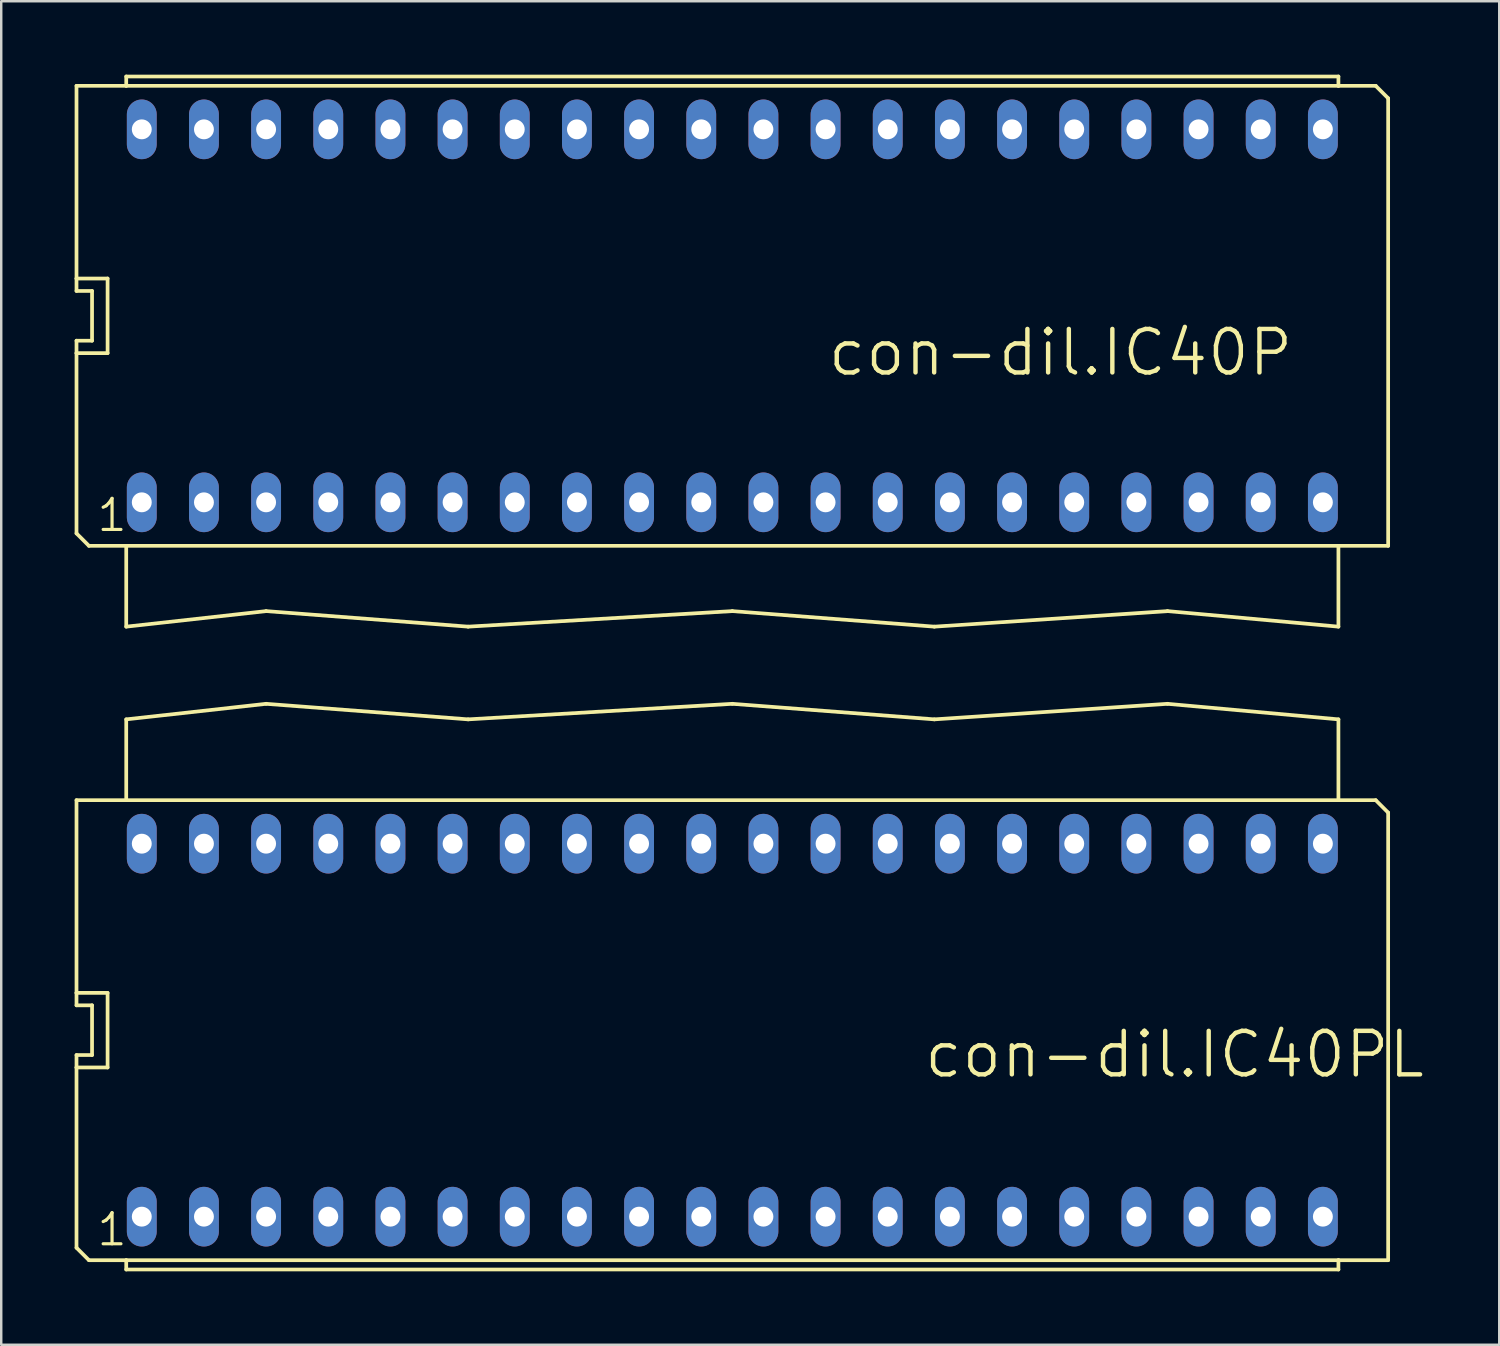
<source format=kicad_pcb>
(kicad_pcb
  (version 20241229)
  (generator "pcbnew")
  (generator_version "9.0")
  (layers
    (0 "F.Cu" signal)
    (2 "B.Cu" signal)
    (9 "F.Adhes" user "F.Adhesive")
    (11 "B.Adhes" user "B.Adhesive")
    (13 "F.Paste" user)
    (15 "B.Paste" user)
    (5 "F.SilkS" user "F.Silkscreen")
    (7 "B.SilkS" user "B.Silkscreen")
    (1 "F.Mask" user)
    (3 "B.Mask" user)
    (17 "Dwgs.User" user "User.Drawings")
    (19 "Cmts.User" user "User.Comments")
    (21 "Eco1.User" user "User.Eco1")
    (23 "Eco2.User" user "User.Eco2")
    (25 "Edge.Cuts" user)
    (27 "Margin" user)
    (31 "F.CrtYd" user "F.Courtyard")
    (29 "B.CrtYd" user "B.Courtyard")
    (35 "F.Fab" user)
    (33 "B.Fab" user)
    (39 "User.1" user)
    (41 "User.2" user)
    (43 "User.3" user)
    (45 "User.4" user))
  (footprint "con-dil.IC40P"
    (layer "F.Cu")
    (at 26.873 9.855)
    (property "Reference" "con-dil.IC40P" (at 3.81 2.54 180) (layer "F.SilkS") (effects (font (size 1.778 1.778) (thickness 0.18)) (justify left bottom)))
    (attr through_hole)
    (fp_line (start -26.797 -1.524) (end -26.797 -9.398) (stroke (width 0.152) (type default)) (layer "F.SilkS"))
    (fp_line (start -26.797 -1.016) (end -26.797 -1.524) (stroke (width 0.152) (type default)) (layer "F.SilkS"))
    (fp_line (start -26.797 1.016) (end -26.162 1.016) (stroke (width 0.152) (type default)) (layer "F.SilkS"))
    (fp_line (start -26.797 1.524) (end -26.797 1.016) (stroke (width 0.152) (type default)) (layer "F.SilkS"))
    (fp_line (start -26.797 1.524) (end -25.527 1.524) (stroke (width 0.152) (type default)) (layer "F.SilkS"))
    (fp_line (start -26.797 8.89) (end -26.797 1.524) (stroke (width 0.152) (type default)) (layer "F.SilkS"))
    (fp_line (start -26.289 9.398) (end -26.797 8.89) (stroke (width 0.152) (type default)) (layer "F.SilkS"))
    (fp_line (start -26.289 9.398) (end 26.797 9.398) (stroke (width 0.152) (type default)) (layer "F.SilkS"))
    (fp_line (start -26.162 -1.016) (end -26.797 -1.016) (stroke (width 0.152) (type default)) (layer "F.SilkS"))
    (fp_line (start -26.162 -1.016) (end -26.162 1.016) (stroke (width 0.152) (type default)) (layer "F.SilkS"))
    (fp_line (start -25.527 -1.524) (end -26.797 -1.524) (stroke (width 0.152) (type default)) (layer "F.SilkS"))
    (fp_line (start -25.527 -1.524) (end -25.527 1.524) (stroke (width 0.152) (type default)) (layer "F.SilkS"))
    (fp_line (start -24.765 -9.779) (end 24.765 -9.779) (stroke (width 0.152) (type default)) (layer "F.SilkS"))
    (fp_line (start -24.765 -9.398) (end -26.797 -9.398) (stroke (width 0.152) (type default)) (layer "F.SilkS"))
    (fp_line (start -24.765 -9.398) (end -24.765 -9.779) (stroke (width 0.152) (type default)) (layer "F.SilkS"))
    (fp_line (start -24.765 9.398) (end -24.765 12.7) (stroke (width 0.152) (type default)) (layer "F.SilkS"))
    (fp_line (start -24.765 12.7) (end -19.05 12.065) (stroke (width 0.152) (type default)) (layer "F.SilkS"))
    (fp_line (start -19.05 12.065) (end -10.795 12.7) (stroke (width 0.152) (type default)) (layer "F.SilkS"))
    (fp_line (start 0 12.065) (end -10.795 12.7) (stroke (width 0.152) (type default)) (layer "F.SilkS"))
    (fp_line (start 8.255 12.7) (end 0 12.065) (stroke (width 0.152) (type default)) (layer "F.SilkS"))
    (fp_line (start 17.78 12.065) (end 8.255 12.7) (stroke (width 0.152) (type default)) (layer "F.SilkS"))
    (fp_line (start 17.78 12.065) (end 24.765 12.7) (stroke (width 0.152) (type default)) (layer "F.SilkS"))
    (fp_line (start 24.765 -9.779) (end 24.765 -9.398) (stroke (width 0.152) (type default)) (layer "F.SilkS"))
    (fp_line (start 24.765 -9.398) (end -24.765 -9.398) (stroke (width 0.152) (type default)) (layer "F.SilkS"))
    (fp_line (start 24.765 12.7) (end 24.765 9.398) (stroke (width 0.152) (type default)) (layer "F.SilkS"))
    (fp_line (start 26.289 -9.398) (end 24.765 -9.398) (stroke (width 0.152) (type default)) (layer "F.SilkS"))
    (fp_line (start 26.797 -8.89) (end 26.289 -9.398) (stroke (width 0.152) (type default)) (layer "F.SilkS"))
    (fp_line (start 26.797 9.398) (end 26.797 -8.89) (stroke (width 0.152) (type default)) (layer "F.SilkS"))
    (fp_text user "1" (at -26.035 8.89 0) (layer "F.SilkS") (effects (font (size 1.27 1.27) (thickness 0.13)) (justify left bottom)))
    (pad "1" thru_hole oval (at -24.13 7.62 90) (size 2.438 1.219) (drill 0.813) (layers "*.Cu" "*.Mask"))
    (pad "2" thru_hole oval (at -21.59 7.62 90) (size 2.438 1.219) (drill 0.813) (layers "*.Cu" "*.Mask"))
    (pad "3" thru_hole oval (at -19.05 7.62 90) (size 2.438 1.219) (drill 0.813) (layers "*.Cu" "*.Mask"))
    (pad "4" thru_hole oval (at -16.51 7.62 90) (size 2.438 1.219) (drill 0.813) (layers "*.Cu" "*.Mask"))
    (pad "5" thru_hole oval (at -13.97 7.62 90) (size 2.438 1.219) (drill 0.813) (layers "*.Cu" "*.Mask"))
    (pad "6" thru_hole oval (at -11.43 7.62 90) (size 2.438 1.219) (drill 0.813) (layers "*.Cu" "*.Mask"))
    (pad "7" thru_hole oval (at -8.89 7.62 90) (size 2.438 1.219) (drill 0.813) (layers "*.Cu" "*.Mask"))
    (pad "8" thru_hole oval (at -6.35 7.62 90) (size 2.438 1.219) (drill 0.813) (layers "*.Cu" "*.Mask"))
    (pad "9" thru_hole oval (at -3.81 7.62 90) (size 2.438 1.219) (drill 0.813) (layers "*.Cu" "*.Mask"))
    (pad "10" thru_hole oval (at -1.27 7.62 90) (size 2.438 1.219) (drill 0.813) (layers "*.Cu" "*.Mask"))
    (pad "11" thru_hole oval (at 1.27 7.62 90) (size 2.438 1.219) (drill 0.813) (layers "*.Cu" "*.Mask"))
    (pad "12" thru_hole oval (at 3.81 7.62 90) (size 2.438 1.219) (drill 0.813) (layers "*.Cu" "*.Mask"))
    (pad "13" thru_hole oval (at 6.35 7.62 90) (size 2.438 1.219) (drill 0.813) (layers "*.Cu" "*.Mask"))
    (pad "14" thru_hole oval (at 8.89 7.62 90) (size 2.438 1.219) (drill 0.813) (layers "*.Cu" "*.Mask"))
    (pad "15" thru_hole oval (at 11.43 7.62 90) (size 2.438 1.219) (drill 0.813) (layers "*.Cu" "*.Mask"))
    (pad "16" thru_hole oval (at 13.97 7.62 90) (size 2.438 1.219) (drill 0.813) (layers "*.Cu" "*.Mask"))
    (pad "17" thru_hole oval (at 16.51 7.62 90) (size 2.438 1.219) (drill 0.813) (layers "*.Cu" "*.Mask"))
    (pad "18" thru_hole oval (at 19.05 7.62 90) (size 2.438 1.219) (drill 0.813) (layers "*.Cu" "*.Mask"))
    (pad "19" thru_hole oval (at 21.59 7.62 90) (size 2.438 1.219) (drill 0.813) (layers "*.Cu" "*.Mask"))
    (pad "20" thru_hole oval (at 24.13 7.62 90) (size 2.438 1.219) (drill 0.813) (layers "*.Cu" "*.Mask"))
    (pad "21" thru_hole oval (at 24.13 -7.62 90) (size 2.438 1.219) (drill 0.813) (layers "*.Cu" "*.Mask"))
    (pad "22" thru_hole oval (at 21.59 -7.62 90) (size 2.438 1.219) (drill 0.813) (layers "*.Cu" "*.Mask"))
    (pad "23" thru_hole oval (at 19.05 -7.62 90) (size 2.438 1.219) (drill 0.813) (layers "*.Cu" "*.Mask"))
    (pad "24" thru_hole oval (at 16.51 -7.62 90) (size 2.438 1.219) (drill 0.813) (layers "*.Cu" "*.Mask"))
    (pad "25" thru_hole oval (at 13.97 -7.62 90) (size 2.438 1.219) (drill 0.813) (layers "*.Cu" "*.Mask"))
    (pad "26" thru_hole oval (at 11.43 -7.62 90) (size 2.438 1.219) (drill 0.813) (layers "*.Cu" "*.Mask"))
    (pad "27" thru_hole oval (at 8.89 -7.62 90) (size 2.438 1.219) (drill 0.813) (layers "*.Cu" "*.Mask"))
    (pad "28" thru_hole oval (at 6.35 -7.62 90) (size 2.438 1.219) (drill 0.813) (layers "*.Cu" "*.Mask"))
    (pad "29" thru_hole oval (at 3.81 -7.62 90) (size 2.438 1.219) (drill 0.813) (layers "*.Cu" "*.Mask"))
    (pad "30" thru_hole oval (at 1.27 -7.62 90) (size 2.438 1.219) (drill 0.813) (layers "*.Cu" "*.Mask"))
    (pad "31" thru_hole oval (at -1.27 -7.62 90) (size 2.438 1.219) (drill 0.813) (layers "*.Cu" "*.Mask"))
    (pad "32" thru_hole oval (at -3.81 -7.62 90) (size 2.438 1.219) (drill 0.813) (layers "*.Cu" "*.Mask"))
    (pad "33" thru_hole oval (at -6.35 -7.62 90) (size 2.438 1.219) (drill 0.813) (layers "*.Cu" "*.Mask"))
    (pad "34" thru_hole oval (at -8.89 -7.62 90) (size 2.438 1.219) (drill 0.813) (layers "*.Cu" "*.Mask"))
    (pad "35" thru_hole oval (at -11.43 -7.62 90) (size 2.438 1.219) (drill 0.813) (layers "*.Cu" "*.Mask"))
    (pad "36" thru_hole oval (at -13.97 -7.62 90) (size 2.438 1.219) (drill 0.813) (layers "*.Cu" "*.Mask"))
    (pad "37" thru_hole oval (at -16.51 -7.62 90) (size 2.438 1.219) (drill 0.813) (layers "*.Cu" "*.Mask"))
    (pad "38" thru_hole oval (at -19.05 -7.62 90) (size 2.438 1.219) (drill 0.813) (layers "*.Cu" "*.Mask"))
    (pad "39" thru_hole oval (at -21.59 -7.62 90) (size 2.438 1.219) (drill 0.813) (layers "*.Cu" "*.Mask"))
    (pad "40" thru_hole oval (at -24.13 -7.62 90) (size 2.438 1.219) (drill 0.813) (layers "*.Cu" "*.Mask")))
  (footprint "con-dil.IC40PL"
    (layer "F.Cu")
    (at 26.873 39.043)
    (property "Reference" "con-dil.IC40PL" (at 7.747 2.032 180) (layer "F.SilkS") (effects (font (size 1.778 1.778) (thickness 0.18)) (justify left bottom)))
    (attr through_hole)
    (fp_line (start -26.797 -1.524) (end -26.797 -9.398) (stroke (width 0.152) (type default)) (layer "F.SilkS"))
    (fp_line (start -26.797 -1.016) (end -26.797 -1.524) (stroke (width 0.152) (type default)) (layer "F.SilkS"))
    (fp_line (start -26.797 1.016) (end -26.162 1.016) (stroke (width 0.152) (type default)) (layer "F.SilkS"))
    (fp_line (start -26.797 1.524) (end -26.797 1.016) (stroke (width 0.152) (type default)) (layer "F.SilkS"))
    (fp_line (start -26.797 1.524) (end -25.527 1.524) (stroke (width 0.152) (type default)) (layer "F.SilkS"))
    (fp_line (start -26.797 8.89) (end -26.797 1.524) (stroke (width 0.152) (type default)) (layer "F.SilkS"))
    (fp_line (start -26.289 9.398) (end -26.797 8.89) (stroke (width 0.152) (type default)) (layer "F.SilkS"))
    (fp_line (start -26.289 9.398) (end -24.765 9.398) (stroke (width 0.152) (type default)) (layer "F.SilkS"))
    (fp_line (start -26.162 -1.016) (end -26.797 -1.016) (stroke (width 0.152) (type default)) (layer "F.SilkS"))
    (fp_line (start -26.162 -1.016) (end -26.162 1.016) (stroke (width 0.152) (type default)) (layer "F.SilkS"))
    (fp_line (start -25.527 -1.524) (end -26.797 -1.524) (stroke (width 0.152) (type default)) (layer "F.SilkS"))
    (fp_line (start -25.527 -1.524) (end -25.527 1.524) (stroke (width 0.152) (type default)) (layer "F.SilkS"))
    (fp_line (start -24.765 -12.7) (end -24.765 -9.398) (stroke (width 0.152) (type default)) (layer "F.SilkS"))
    (fp_line (start -24.765 -12.7) (end -19.05 -13.335) (stroke (width 0.152) (type default)) (layer "F.SilkS"))
    (fp_line (start -24.765 -9.398) (end -26.797 -9.398) (stroke (width 0.152) (type default)) (layer "F.SilkS"))
    (fp_line (start -24.765 9.398) (end 24.765 9.398) (stroke (width 0.152) (type default)) (layer "F.SilkS"))
    (fp_line (start -24.765 9.779) (end -24.765 9.398) (stroke (width 0.152) (type default)) (layer "F.SilkS"))
    (fp_line (start -24.765 9.779) (end 24.765 9.779) (stroke (width 0.152) (type default)) (layer "F.SilkS"))
    (fp_line (start -19.05 -13.335) (end -10.795 -12.7) (stroke (width 0.152) (type default)) (layer "F.SilkS"))
    (fp_line (start 0 -13.335) (end -10.795 -12.7) (stroke (width 0.152) (type default)) (layer "F.SilkS"))
    (fp_line (start 8.255 -12.7) (end 0 -13.335) (stroke (width 0.152) (type default)) (layer "F.SilkS"))
    (fp_line (start 17.78 -13.335) (end 8.255 -12.7) (stroke (width 0.152) (type default)) (layer "F.SilkS"))
    (fp_line (start 17.78 -13.335) (end 24.765 -12.7) (stroke (width 0.152) (type default)) (layer "F.SilkS"))
    (fp_line (start 24.765 -9.398) (end -24.765 -9.398) (stroke (width 0.152) (type default)) (layer "F.SilkS"))
    (fp_line (start 24.765 -9.398) (end 24.765 -12.7) (stroke (width 0.152) (type default)) (layer "F.SilkS"))
    (fp_line (start 24.765 9.398) (end 26.797 9.398) (stroke (width 0.152) (type default)) (layer "F.SilkS"))
    (fp_line (start 24.765 9.779) (end 24.765 9.398) (stroke (width 0.152) (type default)) (layer "F.SilkS"))
    (fp_line (start 26.289 -9.398) (end 24.765 -9.398) (stroke (width 0.152) (type default)) (layer "F.SilkS"))
    (fp_line (start 26.797 -8.89) (end 26.289 -9.398) (stroke (width 0.152) (type default)) (layer "F.SilkS"))
    (fp_line (start 26.797 9.398) (end 26.797 -8.89) (stroke (width 0.152) (type default)) (layer "F.SilkS"))
    (fp_text user "1" (at -26.035 8.89 0) (layer "F.SilkS") (effects (font (size 1.27 1.27) (thickness 0.13)) (justify left bottom)))
    (pad "1" thru_hole oval (at -24.13 7.62 90) (size 2.438 1.219) (drill 0.813) (layers "*.Cu" "*.Mask"))
    (pad "2" thru_hole oval (at -21.59 7.62 90) (size 2.438 1.219) (drill 0.813) (layers "*.Cu" "*.Mask"))
    (pad "3" thru_hole oval (at -19.05 7.62 90) (size 2.438 1.219) (drill 0.813) (layers "*.Cu" "*.Mask"))
    (pad "4" thru_hole oval (at -16.51 7.62 90) (size 2.438 1.219) (drill 0.813) (layers "*.Cu" "*.Mask"))
    (pad "5" thru_hole oval (at -13.97 7.62 90) (size 2.438 1.219) (drill 0.813) (layers "*.Cu" "*.Mask"))
    (pad "6" thru_hole oval (at -11.43 7.62 90) (size 2.438 1.219) (drill 0.813) (layers "*.Cu" "*.Mask"))
    (pad "7" thru_hole oval (at -8.89 7.62 90) (size 2.438 1.219) (drill 0.813) (layers "*.Cu" "*.Mask"))
    (pad "8" thru_hole oval (at -6.35 7.62 90) (size 2.438 1.219) (drill 0.813) (layers "*.Cu" "*.Mask"))
    (pad "9" thru_hole oval (at -3.81 7.62 90) (size 2.438 1.219) (drill 0.813) (layers "*.Cu" "*.Mask"))
    (pad "10" thru_hole oval (at -1.27 7.62 90) (size 2.438 1.219) (drill 0.813) (layers "*.Cu" "*.Mask"))
    (pad "11" thru_hole oval (at 1.27 7.62 90) (size 2.438 1.219) (drill 0.813) (layers "*.Cu" "*.Mask"))
    (pad "12" thru_hole oval (at 3.81 7.62 90) (size 2.438 1.219) (drill 0.813) (layers "*.Cu" "*.Mask"))
    (pad "13" thru_hole oval (at 6.35 7.62 90) (size 2.438 1.219) (drill 0.813) (layers "*.Cu" "*.Mask"))
    (pad "14" thru_hole oval (at 8.89 7.62 90) (size 2.438 1.219) (drill 0.813) (layers "*.Cu" "*.Mask"))
    (pad "15" thru_hole oval (at 11.43 7.62 90) (size 2.438 1.219) (drill 0.813) (layers "*.Cu" "*.Mask"))
    (pad "16" thru_hole oval (at 13.97 7.62 90) (size 2.438 1.219) (drill 0.813) (layers "*.Cu" "*.Mask"))
    (pad "17" thru_hole oval (at 16.51 7.62 90) (size 2.438 1.219) (drill 0.813) (layers "*.Cu" "*.Mask"))
    (pad "18" thru_hole oval (at 19.05 7.62 90) (size 2.438 1.219) (drill 0.813) (layers "*.Cu" "*.Mask"))
    (pad "19" thru_hole oval (at 21.59 7.62 90) (size 2.438 1.219) (drill 0.813) (layers "*.Cu" "*.Mask"))
    (pad "20" thru_hole oval (at 24.13 7.62 90) (size 2.438 1.219) (drill 0.813) (layers "*.Cu" "*.Mask"))
    (pad "21" thru_hole oval (at 24.13 -7.62 90) (size 2.438 1.219) (drill 0.813) (layers "*.Cu" "*.Mask"))
    (pad "22" thru_hole oval (at 21.59 -7.62 90) (size 2.438 1.219) (drill 0.813) (layers "*.Cu" "*.Mask"))
    (pad "23" thru_hole oval (at 19.05 -7.62 90) (size 2.438 1.219) (drill 0.813) (layers "*.Cu" "*.Mask"))
    (pad "24" thru_hole oval (at 16.51 -7.62 90) (size 2.438 1.219) (drill 0.813) (layers "*.Cu" "*.Mask"))
    (pad "25" thru_hole oval (at 13.97 -7.62 90) (size 2.438 1.219) (drill 0.813) (layers "*.Cu" "*.Mask"))
    (pad "26" thru_hole oval (at 11.43 -7.62 90) (size 2.438 1.219) (drill 0.813) (layers "*.Cu" "*.Mask"))
    (pad "27" thru_hole oval (at 8.89 -7.62 90) (size 2.438 1.219) (drill 0.813) (layers "*.Cu" "*.Mask"))
    (pad "28" thru_hole oval (at 6.35 -7.62 90) (size 2.438 1.219) (drill 0.813) (layers "*.Cu" "*.Mask"))
    (pad "29" thru_hole oval (at 3.81 -7.62 90) (size 2.438 1.219) (drill 0.813) (layers "*.Cu" "*.Mask"))
    (pad "30" thru_hole oval (at 1.27 -7.62 90) (size 2.438 1.219) (drill 0.813) (layers "*.Cu" "*.Mask"))
    (pad "31" thru_hole oval (at -1.27 -7.62 90) (size 2.438 1.219) (drill 0.813) (layers "*.Cu" "*.Mask"))
    (pad "32" thru_hole oval (at -3.81 -7.62 90) (size 2.438 1.219) (drill 0.813) (layers "*.Cu" "*.Mask"))
    (pad "33" thru_hole oval (at -6.35 -7.62 90) (size 2.438 1.219) (drill 0.813) (layers "*.Cu" "*.Mask"))
    (pad "34" thru_hole oval (at -8.89 -7.62 90) (size 2.438 1.219) (drill 0.813) (layers "*.Cu" "*.Mask"))
    (pad "35" thru_hole oval (at -11.43 -7.62 90) (size 2.438 1.219) (drill 0.813) (layers "*.Cu" "*.Mask"))
    (pad "36" thru_hole oval (at -13.97 -7.62 90) (size 2.438 1.219) (drill 0.813) (layers "*.Cu" "*.Mask"))
    (pad "37" thru_hole oval (at -16.51 -7.62 90) (size 2.438 1.219) (drill 0.813) (layers "*.Cu" "*.Mask"))
    (pad "38" thru_hole oval (at -19.05 -7.62 90) (size 2.438 1.219) (drill 0.813) (layers "*.Cu" "*.Mask"))
    (pad "39" thru_hole oval (at -21.59 -7.62 90) (size 2.438 1.219) (drill 0.813) (layers "*.Cu" "*.Mask"))
    (pad "40" thru_hole oval (at -24.13 -7.62 90) (size 2.438 1.219) (drill 0.813) (layers "*.Cu" "*.Mask")))
  (gr_rect
    (start -3 -3)
    (end 58.209 51.898)
    (stroke (width 0.1) (type default))
    (fill no)
    (layer "Edge.Cuts")))
</source>
